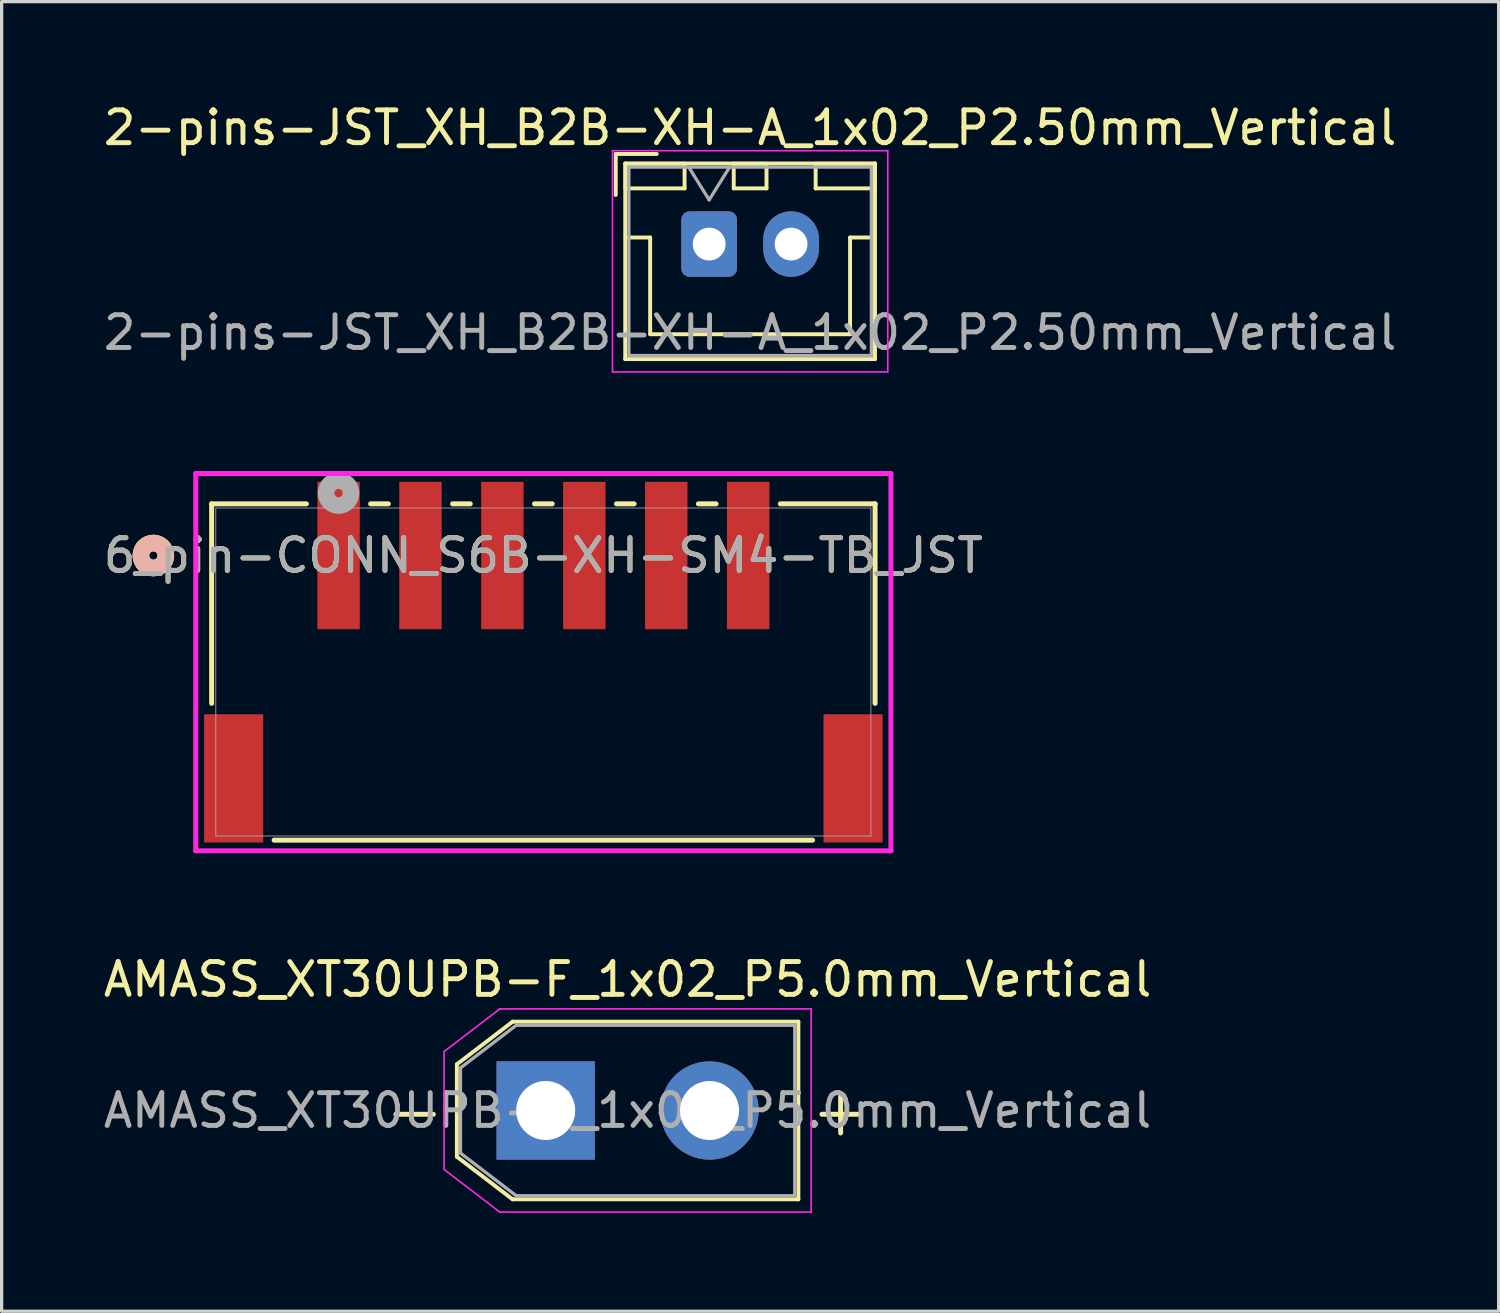
<source format=kicad_pcb>
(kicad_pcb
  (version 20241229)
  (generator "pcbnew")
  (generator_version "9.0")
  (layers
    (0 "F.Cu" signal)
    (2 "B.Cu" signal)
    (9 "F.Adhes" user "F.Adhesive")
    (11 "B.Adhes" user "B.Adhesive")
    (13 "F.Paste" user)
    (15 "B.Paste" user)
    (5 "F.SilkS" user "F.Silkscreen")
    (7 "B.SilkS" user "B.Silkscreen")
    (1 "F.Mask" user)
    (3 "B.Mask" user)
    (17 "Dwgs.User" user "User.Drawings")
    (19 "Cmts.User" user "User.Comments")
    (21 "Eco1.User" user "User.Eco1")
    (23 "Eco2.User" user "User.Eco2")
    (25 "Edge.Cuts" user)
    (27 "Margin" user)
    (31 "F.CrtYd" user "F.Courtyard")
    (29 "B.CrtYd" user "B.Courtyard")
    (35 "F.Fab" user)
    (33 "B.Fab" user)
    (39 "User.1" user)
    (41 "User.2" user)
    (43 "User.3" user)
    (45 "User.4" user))
  (footprint "6_pin-CONN_S6B-XH-SM4-TB_JST"
    (layer "F.Cu")
    (at 13.53 17.455)
    (property "Reference" "6_pin-CONN_S6B-XH-SM4-TB_JST" (at 0 -3.554 0) (unlocked yes) (layer "F.SilkS") (effects (font (size 1 1) (thickness 0.15))))
    (attr smd)
    (fp_line (start -10.122 -5.131) (end -10.122 0.958) (stroke (width 0.152) (type solid)) (layer "F.SilkS"))
    (fp_line (start -8.216 5.131) (end 8.216 5.131) (stroke (width 0.152) (type solid)) (layer "F.SilkS"))
    (fp_line (start -7.23 -5.131) (end -10.122 -5.131) (stroke (width 0.152) (type solid)) (layer "F.SilkS"))
    (fp_line (start -4.73 -5.131) (end -5.27 -5.131) (stroke (width 0.152) (type solid)) (layer "F.SilkS"))
    (fp_line (start -2.23 -5.131) (end -2.77 -5.131) (stroke (width 0.152) (type solid)) (layer "F.SilkS"))
    (fp_line (start 0.27 -5.131) (end -0.27 -5.131) (stroke (width 0.152) (type solid)) (layer "F.SilkS"))
    (fp_line (start 2.77 -5.131) (end 2.23 -5.131) (stroke (width 0.152) (type solid)) (layer "F.SilkS"))
    (fp_line (start 5.27 -5.131) (end 4.73 -5.131) (stroke (width 0.152) (type solid)) (layer "F.SilkS"))
    (fp_line (start 10.122 -5.131) (end 7.23 -5.131) (stroke (width 0.152) (type solid)) (layer "F.SilkS"))
    (fp_line (start 10.122 0.958) (end 10.122 -5.131) (stroke (width 0.152) (type solid)) (layer "F.SilkS"))
    (fp_circle (center -11.9 -3.554) (end -11.519 -3.554) (stroke (width 0.508) (type solid)) (fill no) (layer "F.SilkS"))
    (fp_circle (center -11.9 -3.554) (end -11.519 -3.554) (stroke (width 0.508) (type solid)) (fill no) (layer "B.SilkS"))
    (fp_line (start -10.606 -6.056) (end -10.606 5.456) (stroke (width 0.152) (type solid)) (layer "F.CrtYd"))
    (fp_line (start -10.606 5.456) (end 10.606 5.456) (stroke (width 0.152) (type solid)) (layer "F.CrtYd"))
    (fp_line (start 10.606 -6.056) (end -10.606 -6.056) (stroke (width 0.152) (type solid)) (layer "F.CrtYd"))
    (fp_line (start 10.606 5.456) (end 10.606 -6.056) (stroke (width 0.152) (type solid)) (layer "F.CrtYd"))
    (fp_line (start -9.995 -5.004) (end -9.995 5.004) (stroke (width 0.025) (type solid)) (layer "F.Fab"))
    (fp_line (start -9.995 5.004) (end 9.995 5.004) (stroke (width 0.025) (type solid)) (layer "F.Fab"))
    (fp_line (start 9.995 -5.004) (end -9.995 -5.004) (stroke (width 0.025) (type solid)) (layer "F.Fab"))
    (fp_line (start 9.995 5.004) (end 9.995 -5.004) (stroke (width 0.025) (type solid)) (layer "F.Fab"))
    (fp_circle (center -6.25 -5.459) (end -5.869 -5.459) (stroke (width 0.508) (type solid)) (fill no) (layer "F.Fab"))
    (fp_text user "${REFERENCE}" (at 0 -3.554 0) (unlocked yes) (layer "F.Fab") (effects (font (size 1 1) (thickness 0.15))))
    (pad "1" smd rect (at -6.25 -3.554) (size 1.295 4.496) (layers "F.Cu" "F.Mask" "F.Paste"))
    (pad "2" smd rect (at -3.75 -3.554) (size 1.295 4.496) (layers "F.Cu" "F.Mask" "F.Paste"))
    (pad "3" smd rect (at -1.25 -3.554) (size 1.295 4.496) (layers "F.Cu" "F.Mask" "F.Paste"))
    (pad "4" smd rect (at 1.25 -3.554) (size 1.295 4.496) (layers "F.Cu" "F.Mask" "F.Paste"))
    (pad "5" smd rect (at 3.75 -3.554) (size 1.295 4.496) (layers "F.Cu" "F.Mask" "F.Paste"))
    (pad "6" smd rect (at 6.25 -3.554) (size 1.295 4.496) (layers "F.Cu" "F.Mask" "F.Paste"))
    (pad "7" smd rect (at -9.45 3.246) (size 1.803 3.912) (layers "F.Cu" "F.Mask" "F.Paste"))
    (pad "8" smd rect (at 9.45 3.246) (size 1.803 3.912) (layers "F.Cu" "F.Mask" "F.Paste")))
  (footprint "AMASS_XT30UPB-F_1x02_P5.0mm_Vertical"
    (layer "F.Cu")
    (at 13.601 30.836)
    (property "Reference" "AMASS_XT30UPB-F_1x02_P5.0mm_Vertical" (at 2.5 -4 0) (layer "F.SilkS") (effects (font (size 1 1) (thickness 0.15))))
    (attr through_hole)
    (fp_line (start -2.71 -1.41) (end -2.71 1.41) (stroke (width 0.12) (type solid)) (layer "F.SilkS"))
    (fp_line (start -2.71 -1.41) (end -1.01 -2.71) (stroke (width 0.12) (type solid)) (layer "F.SilkS"))
    (fp_line (start -2.71 1.41) (end -1.01 2.71) (stroke (width 0.12) (type solid)) (layer "F.SilkS"))
    (fp_line (start -1.01 -2.71) (end 7.71 -2.71) (stroke (width 0.12) (type solid)) (layer "F.SilkS"))
    (fp_line (start -1.01 2.71) (end 7.71 2.71) (stroke (width 0.12) (type solid)) (layer "F.SilkS"))
    (fp_line (start 7.71 -2.71) (end 7.71 2.71) (stroke (width 0.12) (type solid)) (layer "F.SilkS"))
    (fp_line (start -3.1 -1.8) (end -3.1 1.8) (stroke (width 0.05) (type solid)) (layer "F.CrtYd"))
    (fp_line (start -3.1 -1.8) (end -1.4 -3.1) (stroke (width 0.05) (type solid)) (layer "F.CrtYd"))
    (fp_line (start -3.1 1.8) (end -1.4 3.1) (stroke (width 0.05) (type solid)) (layer "F.CrtYd"))
    (fp_line (start -1.4 -3.1) (end 8.1 -3.1) (stroke (width 0.05) (type solid)) (layer "F.CrtYd"))
    (fp_line (start -1.4 3.1) (end 8.1 3.1) (stroke (width 0.05) (type solid)) (layer "F.CrtYd"))
    (fp_line (start 8.1 -3.1) (end 8.1 3.1) (stroke (width 0.05) (type solid)) (layer "F.CrtYd"))
    (fp_line (start -2.6 -1.3) (end -2.6 1.3) (stroke (width 0.1) (type solid)) (layer "F.Fab"))
    (fp_line (start -2.6 -1.3) (end -0.9 -2.6) (stroke (width 0.1) (type solid)) (layer "F.Fab"))
    (fp_line (start -2.6 1.3) (end -0.9 2.6) (stroke (width 0.1) (type solid)) (layer "F.Fab"))
    (fp_line (start -0.9 -2.6) (end 7.6 -2.6) (stroke (width 0.1) (type solid)) (layer "F.Fab"))
    (fp_line (start -0.9 2.6) (end 7.6 2.6) (stroke (width 0.1) (type solid)) (layer "F.Fab"))
    (fp_line (start 7.6 -2.6) (end 7.6 2.6) (stroke (width 0.1) (type solid)) (layer "F.Fab"))
    (fp_text user "-" (at -4 0 0) (layer "F.SilkS") (effects (font (size 1.5 1.5) (thickness 0.15))))
    (fp_text user "+" (at 9 0 0) (layer "F.SilkS") (effects (font (size 1.5 1.5) (thickness 0.15))))
    (fp_text user "${REFERENCE}" (at 2.5 0 0) (layer "F.Fab") (effects (font (size 1 1) (thickness 0.15))))
    (pad "1" thru_hole rect (at 0 0) (size 3 3) (drill 1.8) (layers "*.Cu" "*.Mask"))
    (pad "2" thru_hole circle (at 5 0) (size 3 3) (drill 1.8) (layers "*.Cu" "*.Mask")))
  (footprint "2-pins-JST_XH_B2B-XH-A_1x02_P2.50mm_Vertical"
    (layer "F.Cu")
    (at 18.589 4.398)
    (property "Reference" "2-pins-JST_XH_B2B-XH-A_1x02_P2.50mm_Vertical" (at 1.25 -3.55 0) (layer "F.SilkS") (effects (font (size 1 1) (thickness 0.15))))
    (attr through_hole)
    (fp_line (start -2.85 -2.75) (end -2.85 -1.5) (stroke (width 0.12) (type solid)) (layer "F.SilkS"))
    (fp_line (start -2.56 -2.46) (end -2.56 3.51) (stroke (width 0.12) (type solid)) (layer "F.SilkS"))
    (fp_line (start -2.56 3.51) (end 5.06 3.51) (stroke (width 0.12) (type solid)) (layer "F.SilkS"))
    (fp_line (start -2.55 -2.45) (end -2.55 -1.7) (stroke (width 0.12) (type solid)) (layer "F.SilkS"))
    (fp_line (start -2.55 -1.7) (end -0.75 -1.7) (stroke (width 0.12) (type solid)) (layer "F.SilkS"))
    (fp_line (start -2.55 -0.2) (end -1.8 -0.2) (stroke (width 0.12) (type solid)) (layer "F.SilkS"))
    (fp_line (start -1.8 -0.2) (end -1.8 2.75) (stroke (width 0.12) (type solid)) (layer "F.SilkS"))
    (fp_line (start -1.8 2.75) (end 1.25 2.75) (stroke (width 0.12) (type solid)) (layer "F.SilkS"))
    (fp_line (start -1.6 -2.75) (end -2.85 -2.75) (stroke (width 0.12) (type solid)) (layer "F.SilkS"))
    (fp_line (start -0.75 -2.45) (end -2.55 -2.45) (stroke (width 0.12) (type solid)) (layer "F.SilkS"))
    (fp_line (start -0.75 -1.7) (end -0.75 -2.45) (stroke (width 0.12) (type solid)) (layer "F.SilkS"))
    (fp_line (start 0.75 -2.45) (end 0.75 -1.7) (stroke (width 0.12) (type solid)) (layer "F.SilkS"))
    (fp_line (start 0.75 -1.7) (end 1.75 -1.7) (stroke (width 0.12) (type solid)) (layer "F.SilkS"))
    (fp_line (start 1.75 -2.45) (end 0.75 -2.45) (stroke (width 0.12) (type solid)) (layer "F.SilkS"))
    (fp_line (start 1.75 -1.7) (end 1.75 -2.45) (stroke (width 0.12) (type solid)) (layer "F.SilkS"))
    (fp_line (start 3.25 -2.45) (end 3.25 -1.7) (stroke (width 0.12) (type solid)) (layer "F.SilkS"))
    (fp_line (start 3.25 -1.7) (end 5.05 -1.7) (stroke (width 0.12) (type solid)) (layer "F.SilkS"))
    (fp_line (start 4.3 -0.2) (end 4.3 2.75) (stroke (width 0.12) (type solid)) (layer "F.SilkS"))
    (fp_line (start 4.3 2.75) (end 1.25 2.75) (stroke (width 0.12) (type solid)) (layer "F.SilkS"))
    (fp_line (start 5.05 -2.45) (end 3.25 -2.45) (stroke (width 0.12) (type solid)) (layer "F.SilkS"))
    (fp_line (start 5.05 -1.7) (end 5.05 -2.45) (stroke (width 0.12) (type solid)) (layer "F.SilkS"))
    (fp_line (start 5.05 -0.2) (end 4.3 -0.2) (stroke (width 0.12) (type solid)) (layer "F.SilkS"))
    (fp_line (start 5.06 -2.46) (end -2.56 -2.46) (stroke (width 0.12) (type solid)) (layer "F.SilkS"))
    (fp_line (start 5.06 3.51) (end 5.06 -2.46) (stroke (width 0.12) (type solid)) (layer "F.SilkS"))
    (fp_line (start -2.95 -2.85) (end -2.95 3.9) (stroke (width 0.05) (type solid)) (layer "F.CrtYd"))
    (fp_line (start -2.95 3.9) (end 5.45 3.9) (stroke (width 0.05) (type solid)) (layer "F.CrtYd"))
    (fp_line (start 5.45 -2.85) (end -2.95 -2.85) (stroke (width 0.05) (type solid)) (layer "F.CrtYd"))
    (fp_line (start 5.45 3.9) (end 5.45 -2.85) (stroke (width 0.05) (type solid)) (layer "F.CrtYd"))
    (fp_line (start -2.45 -2.35) (end -2.45 3.4) (stroke (width 0.1) (type solid)) (layer "F.Fab"))
    (fp_line (start -2.45 3.4) (end 4.95 3.4) (stroke (width 0.1) (type solid)) (layer "F.Fab"))
    (fp_line (start -0.625 -2.35) (end 0 -1.35) (stroke (width 0.1) (type solid)) (layer "F.Fab"))
    (fp_line (start 0 -1.35) (end 0.625 -2.35) (stroke (width 0.1) (type solid)) (layer "F.Fab"))
    (fp_line (start 4.95 -2.35) (end -2.45 -2.35) (stroke (width 0.1) (type solid)) (layer "F.Fab"))
    (fp_line (start 4.95 3.4) (end 4.95 -2.35) (stroke (width 0.1) (type solid)) (layer "F.Fab"))
    (fp_text user "${REFERENCE}" (at 1.25 2.7 0) (layer "F.Fab") (effects (font (size 1 1) (thickness 0.15))))
    (pad "1" thru_hole roundrect (at 0 0) (size 1.7 2) (drill 1) (layers "*.Cu" "*.Mask") (roundrect_rratio 0.147))
    (pad "2" thru_hole oval (at 2.5 0) (size 1.7 2) (drill 1) (layers "*.Cu" "*.Mask")))
  (gr_rect
    (start -3 -3)
    (end 42.679 36.961)
    (stroke (width 0.1) (type default))
    (fill no)
    (layer "Edge.Cuts")))
</source>
